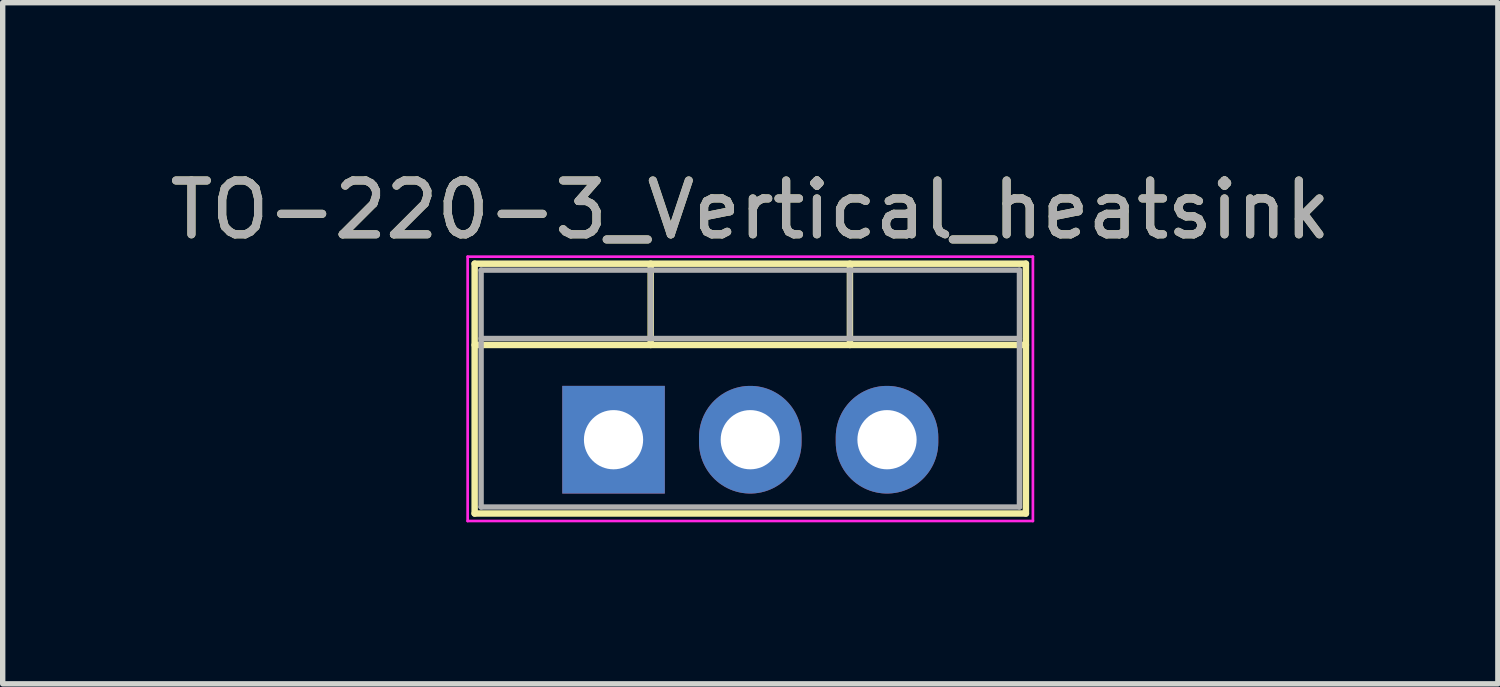
<source format=kicad_pcb>
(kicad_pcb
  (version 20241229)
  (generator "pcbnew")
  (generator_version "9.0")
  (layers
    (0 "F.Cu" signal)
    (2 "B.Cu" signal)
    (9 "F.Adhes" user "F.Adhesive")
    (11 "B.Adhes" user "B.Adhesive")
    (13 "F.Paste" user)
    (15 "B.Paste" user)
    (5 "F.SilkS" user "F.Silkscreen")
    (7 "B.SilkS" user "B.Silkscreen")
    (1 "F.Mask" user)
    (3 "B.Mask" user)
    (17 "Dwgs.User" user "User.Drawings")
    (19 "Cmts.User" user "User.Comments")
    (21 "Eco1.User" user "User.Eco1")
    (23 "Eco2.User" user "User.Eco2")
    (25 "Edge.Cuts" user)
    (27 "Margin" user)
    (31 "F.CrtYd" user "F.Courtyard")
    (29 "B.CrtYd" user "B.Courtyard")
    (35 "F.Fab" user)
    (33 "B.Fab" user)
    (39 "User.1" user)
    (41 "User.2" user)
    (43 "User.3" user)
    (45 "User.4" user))
  (footprint "TO-220-3_Vertical_heatsink"
    (layer "F.Cu")
    (at 8.347 5.118)
    (property "Reference" "TO-220-3_Vertical_heatsink" (at 2.54 -4.27 0) (layer "F.SilkS") (effects (font (size 1 1) (thickness 0.15))))
    (attr through_hole)
    (fp_line (start -2.58 -3.27) (end -2.58 1.371) (stroke (width 0.12) (type solid)) (layer "F.SilkS"))
    (fp_line (start -2.58 -3.27) (end 7.66 -3.27) (stroke (width 0.12) (type solid)) (layer "F.SilkS"))
    (fp_line (start -2.58 -1.76) (end 7.66 -1.76) (stroke (width 0.12) (type solid)) (layer "F.SilkS"))
    (fp_line (start -2.58 1.371) (end 7.66 1.371) (stroke (width 0.12) (type solid)) (layer "F.SilkS"))
    (fp_line (start 0.69 -3.27) (end 0.69 -1.76) (stroke (width 0.12) (type solid)) (layer "F.SilkS"))
    (fp_line (start 4.391 -3.27) (end 4.391 -1.76) (stroke (width 0.12) (type solid)) (layer "F.SilkS"))
    (fp_line (start 7.66 -3.27) (end 7.66 1.371) (stroke (width 0.12) (type solid)) (layer "F.SilkS"))
    (fp_line (start -2.71 -3.4) (end -2.71 1.51) (stroke (width 0.05) (type solid)) (layer "F.CrtYd"))
    (fp_line (start -2.71 1.51) (end 7.79 1.51) (stroke (width 0.05) (type solid)) (layer "F.CrtYd"))
    (fp_line (start 7.79 -3.4) (end -2.71 -3.4) (stroke (width 0.05) (type solid)) (layer "F.CrtYd"))
    (fp_line (start 7.79 1.51) (end 7.79 -3.4) (stroke (width 0.05) (type solid)) (layer "F.CrtYd"))
    (fp_line (start -2.46 -3.15) (end -2.46 1.25) (stroke (width 0.1) (type solid)) (layer "F.Fab"))
    (fp_line (start -2.46 -1.88) (end 7.54 -1.88) (stroke (width 0.1) (type solid)) (layer "F.Fab"))
    (fp_line (start -2.46 1.25) (end 7.54 1.25) (stroke (width 0.1) (type solid)) (layer "F.Fab"))
    (fp_line (start 0.69 -3.15) (end 0.69 -1.88) (stroke (width 0.1) (type solid)) (layer "F.Fab"))
    (fp_line (start 4.39 -3.15) (end 4.39 -1.88) (stroke (width 0.1) (type solid)) (layer "F.Fab"))
    (fp_line (start 7.54 -3.15) (end -2.46 -3.15) (stroke (width 0.1) (type solid)) (layer "F.Fab"))
    (fp_line (start 7.54 1.25) (end 7.54 -3.15) (stroke (width 0.1) (type solid)) (layer "F.Fab"))
    (fp_text user "${REFERENCE}" (at 2.54 -4.27 0) (layer "F.Fab") (effects (font (size 1 1) (thickness 0.15))))
    (pad "1" thru_hole rect (at 0 0) (size 1.905 2) (drill 1.1) (layers "*.Cu" "*.Mask"))
    (pad "2" thru_hole oval (at 2.54 0) (size 1.905 2) (drill 1.1) (layers "*.Cu" "*.Mask"))
    (pad "3" thru_hole oval (at 5.08 0) (size 1.905 2) (drill 1.1) (layers "*.Cu" "*.Mask")))
  (gr_rect
    (start -3 -3)
    (end 24.774 9.653)
    (stroke (width 0.1) (type default))
    (fill no)
    (layer "Edge.Cuts")))
</source>
